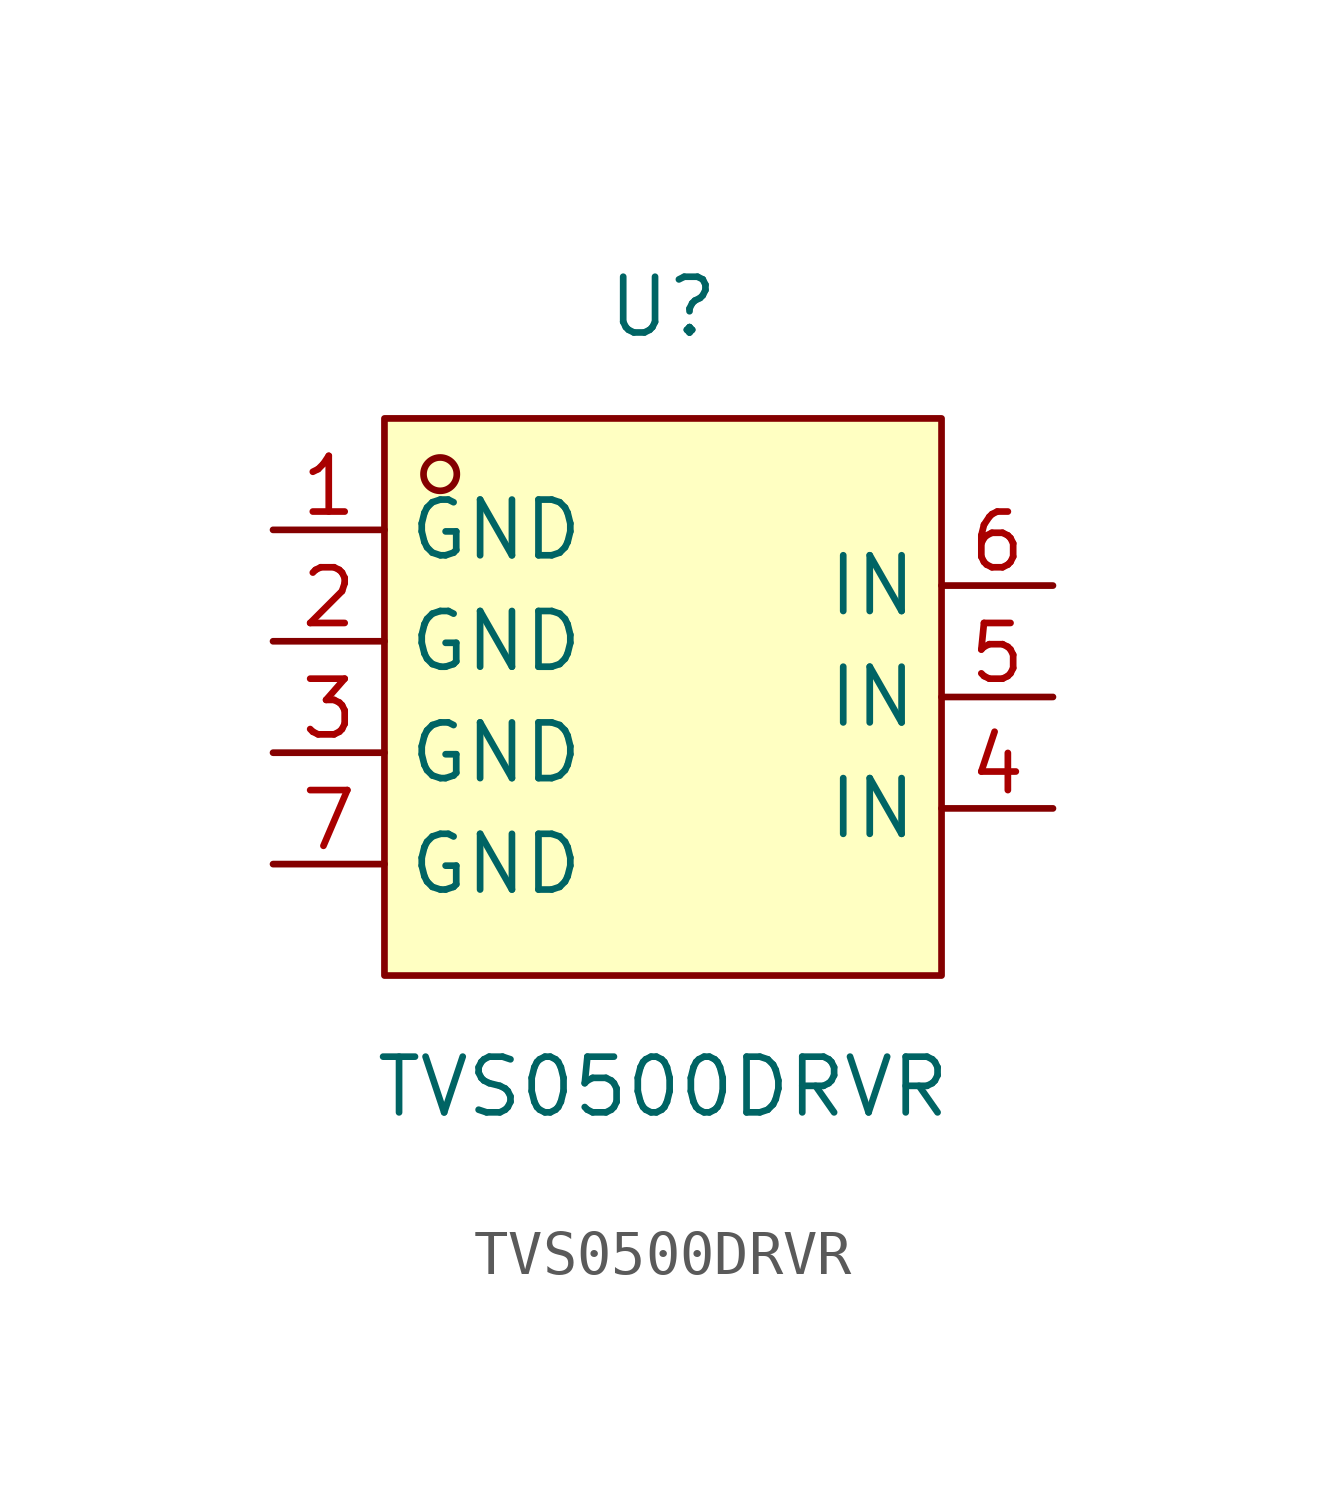
<source format=kicad_sym>
(kicad_symbol_lib
  (version 20211014)
  (generator https://github.com/uPesy/easyeda2kicad.py)
  (symbol "TVS0500DRVR"
    (property "Reference" "U"
      (at 0 8.89 0)
      (effects (font (size 1.27 1.27))))
    (property "Value" "TVS0500DRVR"
      (at 0 -8.89 0)
      (effects (font (size 1.27 1.27))))
    (symbol "TVS0500DRVR_0_1"
      (rectangle (start -6.35 6.35) (end 6.35 -6.35) (stroke (width 0) (type default) (color 0 0 0 0)) (fill (type background)))
      (circle (center -5.08 5.08) (radius 0.38) (stroke (width 0) (type default) (color 0 0 0 0)) (fill (type none)))
      (pin unspecified line (at -8.89 3.81 0) (length 2.54) (name "GND" (effects (font (size 1.27 1.27)))) (number "1" (effects (font (size 1.27 1.27)))))
      (pin unspecified line (at -8.89 1.27 0) (length 2.54) (name "GND" (effects (font (size 1.27 1.27)))) (number "2" (effects (font (size 1.27 1.27)))))
      (pin unspecified line (at -8.89 -1.27 0) (length 2.54) (name "GND" (effects (font (size 1.27 1.27)))) (number "3" (effects (font (size 1.27 1.27)))))
      (pin unspecified line (at 8.89 -0.00 180) (length 2.54) (name "IN" (effects (font (size 1.27 1.27)))) (number "5" (effects (font (size 1.27 1.27)))))
      (pin unspecified line (at 8.89 2.54 180) (length 2.54) (name "IN" (effects (font (size 1.27 1.27)))) (number "6" (effects (font (size 1.27 1.27)))))
      (pin unspecified line (at 8.89 -2.54 180) (length 2.54) (name "IN" (effects (font (size 1.27 1.27)))) (number "4" (effects (font (size 1.27 1.27)))))
      (pin unspecified line (at -8.89 -3.81 0) (length 2.54) (name "GND" (effects (font (size 1.27 1.27)))) (number "7" (effects (font (size 1.27 1.27))))))))
</source>
